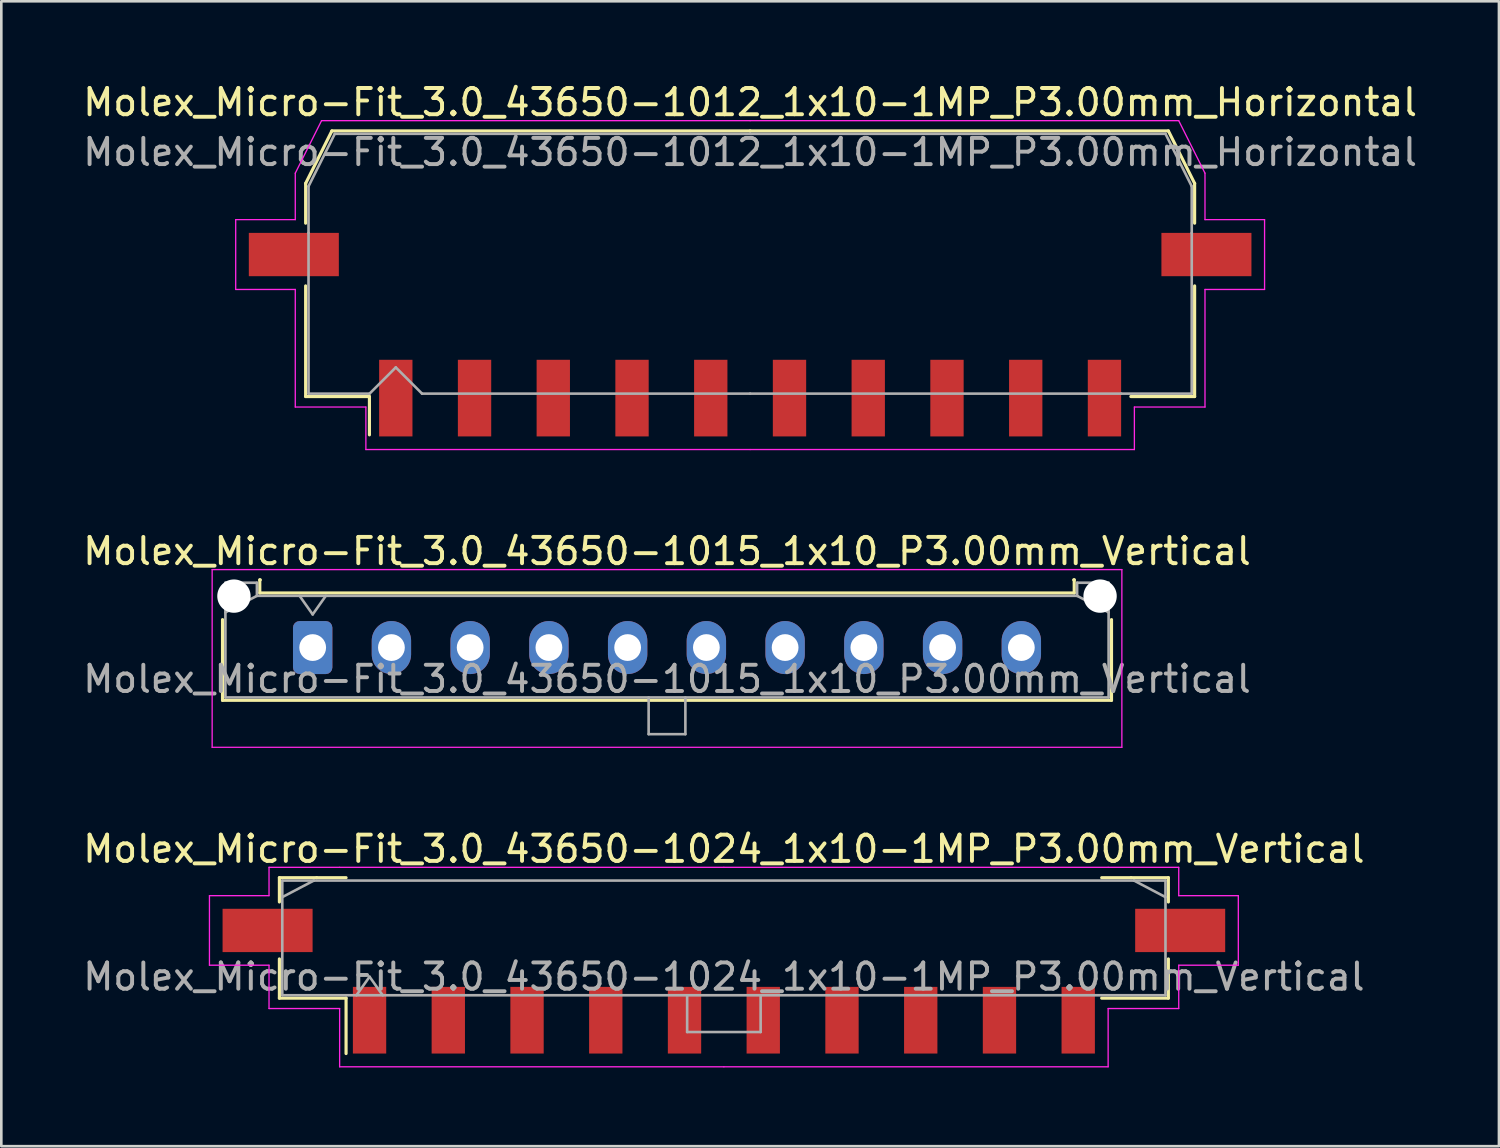
<source format=kicad_pcb>
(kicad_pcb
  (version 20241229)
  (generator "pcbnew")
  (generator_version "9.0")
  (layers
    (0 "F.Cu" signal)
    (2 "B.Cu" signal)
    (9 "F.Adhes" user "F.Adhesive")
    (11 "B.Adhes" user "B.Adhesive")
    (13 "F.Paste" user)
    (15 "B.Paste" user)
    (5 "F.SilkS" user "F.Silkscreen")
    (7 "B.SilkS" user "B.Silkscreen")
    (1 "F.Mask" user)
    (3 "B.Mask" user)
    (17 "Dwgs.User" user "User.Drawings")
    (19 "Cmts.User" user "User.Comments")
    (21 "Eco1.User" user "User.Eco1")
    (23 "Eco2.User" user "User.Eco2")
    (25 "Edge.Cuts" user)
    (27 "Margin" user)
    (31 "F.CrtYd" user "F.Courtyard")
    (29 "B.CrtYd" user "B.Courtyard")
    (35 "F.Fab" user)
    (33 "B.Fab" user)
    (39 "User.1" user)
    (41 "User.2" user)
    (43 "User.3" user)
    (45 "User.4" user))
  (footprint "Molex_Micro-Fit_3.0_43650-1024_1x10-1MP_P3.00mm_Vertical"
    (layer "F.Cu")
    (at 24.53 32.685)
    (property "Reference" "Molex_Micro-Fit_3.0_43650-1024_1x10-1MP_P3.00mm_Vertical" (at 0 -3.39 0) (layer "F.SilkS") (effects (font (size 1 1) (thickness 0.15))))
    (attr smd)
    (fp_line (start -16.935 -2.295) (end -15.515 -2.295) (stroke (width 0.12) (type solid)) (layer "F.SilkS"))
    (fp_line (start -16.935 -1.37) (end -16.935 -2.295) (stroke (width 0.12) (type solid)) (layer "F.SilkS"))
    (fp_line (start -16.935 0.8) (end -16.935 2.295) (stroke (width 0.12) (type solid)) (layer "F.SilkS"))
    (fp_line (start -16.935 2.295) (end -14.395 2.295) (stroke (width 0.12) (type solid)) (layer "F.SilkS"))
    (fp_line (start -15.515 -2.295) (end -14.395 -2.295) (stroke (width 0.12) (type solid)) (layer "F.SilkS"))
    (fp_line (start -14.395 2.295) (end -14.395 4.405) (stroke (width 0.12) (type solid)) (layer "F.SilkS"))
    (fp_line (start 15.515 -2.295) (end 14.395 -2.295) (stroke (width 0.12) (type solid)) (layer "F.SilkS"))
    (fp_line (start 16.935 -2.295) (end 15.515 -2.295) (stroke (width 0.12) (type solid)) (layer "F.SilkS"))
    (fp_line (start 16.935 -1.37) (end 16.935 -2.295) (stroke (width 0.12) (type solid)) (layer "F.SilkS"))
    (fp_line (start 16.935 0.8) (end 16.935 2.295) (stroke (width 0.12) (type solid)) (layer "F.SilkS"))
    (fp_line (start 16.935 2.295) (end 14.395 2.295) (stroke (width 0.12) (type solid)) (layer "F.SilkS"))
    (fp_line (start -19.6 -1.61) (end -19.6 1.04) (stroke (width 0.05) (type solid)) (layer "F.CrtYd"))
    (fp_line (start -19.6 1.04) (end -17.33 1.04) (stroke (width 0.05) (type solid)) (layer "F.CrtYd"))
    (fp_line (start -17.33 -2.69) (end -17.33 -1.61) (stroke (width 0.05) (type solid)) (layer "F.CrtYd"))
    (fp_line (start -17.33 -1.61) (end -19.6 -1.61) (stroke (width 0.05) (type solid)) (layer "F.CrtYd"))
    (fp_line (start -17.33 1.04) (end -17.33 2.69) (stroke (width 0.05) (type solid)) (layer "F.CrtYd"))
    (fp_line (start -17.33 2.69) (end -14.64 2.69) (stroke (width 0.05) (type solid)) (layer "F.CrtYd"))
    (fp_line (start -14.64 -2.69) (end -17.33 -2.69) (stroke (width 0.05) (type solid)) (layer "F.CrtYd"))
    (fp_line (start -14.64 2.69) (end -14.64 4.91) (stroke (width 0.05) (type solid)) (layer "F.CrtYd"))
    (fp_line (start -14.64 4.91) (end 0 4.91) (stroke (width 0.05) (type solid)) (layer "F.CrtYd"))
    (fp_line (start 0 -2.69) (end -14.64 -2.69) (stroke (width 0.05) (type solid)) (layer "F.CrtYd"))
    (fp_line (start 0 -2.69) (end 14.64 -2.69) (stroke (width 0.05) (type solid)) (layer "F.CrtYd"))
    (fp_line (start 14.64 -2.69) (end 17.33 -2.69) (stroke (width 0.05) (type solid)) (layer "F.CrtYd"))
    (fp_line (start 14.64 2.69) (end 14.64 4.91) (stroke (width 0.05) (type solid)) (layer "F.CrtYd"))
    (fp_line (start 14.64 4.91) (end 0 4.91) (stroke (width 0.05) (type solid)) (layer "F.CrtYd"))
    (fp_line (start 17.33 -2.69) (end 17.33 -1.61) (stroke (width 0.05) (type solid)) (layer "F.CrtYd"))
    (fp_line (start 17.33 -1.61) (end 19.6 -1.61) (stroke (width 0.05) (type solid)) (layer "F.CrtYd"))
    (fp_line (start 17.33 1.04) (end 17.33 2.69) (stroke (width 0.05) (type solid)) (layer "F.CrtYd"))
    (fp_line (start 17.33 2.69) (end 14.64 2.69) (stroke (width 0.05) (type solid)) (layer "F.CrtYd"))
    (fp_line (start 19.6 -1.61) (end 19.6 1.04) (stroke (width 0.05) (type solid)) (layer "F.CrtYd"))
    (fp_line (start 19.6 1.04) (end 17.33 1.04) (stroke (width 0.05) (type solid)) (layer "F.CrtYd"))
    (fp_line (start -16.825 -2.185) (end -16.825 2.185) (stroke (width 0.1) (type solid)) (layer "F.Fab"))
    (fp_line (start -16.825 -1.555) (end -15.625 -2.185) (stroke (width 0.1) (type solid)) (layer "F.Fab"))
    (fp_line (start -16.825 2.185) (end 16.825 2.185) (stroke (width 0.1) (type solid)) (layer "F.Fab"))
    (fp_line (start -15.625 -2.185) (end -16.825 -2.185) (stroke (width 0.1) (type solid)) (layer "F.Fab"))
    (fp_line (start -14 2.185) (end -13.5 1.478) (stroke (width 0.1) (type solid)) (layer "F.Fab"))
    (fp_line (start -13.5 1.478) (end -13 2.185) (stroke (width 0.1) (type solid)) (layer "F.Fab"))
    (fp_line (start -1.4 2.185) (end -1.4 3.585) (stroke (width 0.1) (type solid)) (layer "F.Fab"))
    (fp_line (start -1.4 3.585) (end 1.4 3.585) (stroke (width 0.1) (type solid)) (layer "F.Fab"))
    (fp_line (start 1.4 3.585) (end 1.4 2.185) (stroke (width 0.1) (type solid)) (layer "F.Fab"))
    (fp_line (start 15.625 -2.185) (end -15.625 -2.185) (stroke (width 0.1) (type solid)) (layer "F.Fab"))
    (fp_line (start 16.825 -2.185) (end 15.625 -2.185) (stroke (width 0.1) (type solid)) (layer "F.Fab"))
    (fp_line (start 16.825 -1.555) (end 15.625 -2.185) (stroke (width 0.1) (type solid)) (layer "F.Fab"))
    (fp_line (start 16.825 2.185) (end 16.825 -2.185) (stroke (width 0.1) (type solid)) (layer "F.Fab"))
    (fp_text user "${REFERENCE}" (at 0 1.48 0) (layer "F.Fab") (effects (font (size 1 1) (thickness 0.15))))
    (pad "1" smd rect (at -13.5 3.135) (size 1.27 2.54) (layers "F.Cu" "F.Mask" "F.Paste"))
    (pad "2" smd rect (at -10.5 3.135) (size 1.27 2.54) (layers "F.Cu" "F.Mask" "F.Paste"))
    (pad "3" smd rect (at -7.5 3.135) (size 1.27 2.54) (layers "F.Cu" "F.Mask" "F.Paste"))
    (pad "4" smd rect (at -4.5 3.135) (size 1.27 2.54) (layers "F.Cu" "F.Mask" "F.Paste"))
    (pad "5" smd rect (at -1.5 3.135) (size 1.27 2.54) (layers "F.Cu" "F.Mask" "F.Paste"))
    (pad "6" smd rect (at 1.5 3.135) (size 1.27 2.54) (layers "F.Cu" "F.Mask" "F.Paste"))
    (pad "7" smd rect (at 4.5 3.135) (size 1.27 2.54) (layers "F.Cu" "F.Mask" "F.Paste"))
    (pad "8" smd rect (at 7.5 3.135) (size 1.27 2.54) (layers "F.Cu" "F.Mask" "F.Paste"))
    (pad "9" smd rect (at 10.5 3.135) (size 1.27 2.54) (layers "F.Cu" "F.Mask" "F.Paste"))
    (pad "10" smd rect (at 13.5 3.135) (size 1.27 2.54) (layers "F.Cu" "F.Mask" "F.Paste"))
    (pad "MP" smd rect (at -17.385 -0.285) (size 3.43 1.65) (layers "F.Cu" "F.Mask" "F.Paste"))
    (pad "MP" smd rect (at 17.385 -0.285) (size 3.43 1.65) (layers "F.Cu" "F.Mask" "F.Paste")))
  (footprint "Molex_Micro-Fit_3.0_43650-1015_1x10_P3.00mm_Vertical"
    (layer "F.Cu")
    (at 8.863 21.622)
    (property "Reference" "Molex_Micro-Fit_3.0_43650-1015_1x10_P3.00mm_Vertical" (at 13.5 -3.67 0) (layer "F.SilkS") (effects (font (size 1 1) (thickness 0.15))))
    (attr through_hole)
    (fp_line (start -3.435 -1.065) (end -3.435 2.01) (stroke (width 0.12) (type solid)) (layer "F.SilkS"))
    (fp_line (start -3.435 2.01) (end 30.435 2.01) (stroke (width 0.12) (type solid)) (layer "F.SilkS"))
    (fp_line (start -2.015 -2.58) (end -2.015 -2.08) (stroke (width 0.12) (type solid)) (layer "F.SilkS"))
    (fp_line (start -2.015 -2.08) (end 29.015 -2.08) (stroke (width 0.12) (type solid)) (layer "F.SilkS"))
    (fp_line (start -1.995 -2.58) (end -2.015 -2.58) (stroke (width 0.12) (type solid)) (layer "F.SilkS"))
    (fp_line (start 29.015 -2.58) (end 28.995 -2.58) (stroke (width 0.12) (type solid)) (layer "F.SilkS"))
    (fp_line (start 29.015 -2.08) (end 29.015 -2.58) (stroke (width 0.12) (type solid)) (layer "F.SilkS"))
    (fp_line (start 30.435 2.01) (end 30.435 -1.065) (stroke (width 0.12) (type solid)) (layer "F.SilkS"))
    (fp_line (start -3.83 -2.97) (end 30.83 -2.97) (stroke (width 0.05) (type solid)) (layer "F.CrtYd"))
    (fp_line (start -3.83 3.8) (end -3.83 -2.97) (stroke (width 0.05) (type solid)) (layer "F.CrtYd"))
    (fp_line (start 30.83 -2.97) (end 30.83 3.8) (stroke (width 0.05) (type solid)) (layer "F.CrtYd"))
    (fp_line (start 30.83 3.8) (end -3.83 3.8) (stroke (width 0.05) (type solid)) (layer "F.CrtYd"))
    (fp_line (start -3.325 -2.47) (end -3.325 1.9) (stroke (width 0.1) (type solid)) (layer "F.Fab"))
    (fp_line (start -3.325 -1.34) (end -2.125 -1.97) (stroke (width 0.1) (type solid)) (layer "F.Fab"))
    (fp_line (start -3.325 1.9) (end 30.325 1.9) (stroke (width 0.1) (type solid)) (layer "F.Fab"))
    (fp_line (start -2.125 -2.47) (end -3.325 -2.47) (stroke (width 0.1) (type solid)) (layer "F.Fab"))
    (fp_line (start -2.125 -1.97) (end -2.125 -2.47) (stroke (width 0.1) (type solid)) (layer "F.Fab"))
    (fp_line (start -0.5 -1.97) (end 0 -1.263) (stroke (width 0.1) (type solid)) (layer "F.Fab"))
    (fp_line (start 0 -1.263) (end 0.5 -1.97) (stroke (width 0.1) (type solid)) (layer "F.Fab"))
    (fp_line (start 12.8 1.9) (end 12.8 3.3) (stroke (width 0.1) (type solid)) (layer "F.Fab"))
    (fp_line (start 12.8 3.3) (end 14.2 3.3) (stroke (width 0.1) (type solid)) (layer "F.Fab"))
    (fp_line (start 14.2 3.3) (end 14.2 1.9) (stroke (width 0.1) (type solid)) (layer "F.Fab"))
    (fp_line (start 29.125 -2.47) (end 29.125 -1.97) (stroke (width 0.1) (type solid)) (layer "F.Fab"))
    (fp_line (start 29.125 -1.97) (end -2.125 -1.97) (stroke (width 0.1) (type solid)) (layer "F.Fab"))
    (fp_line (start 30.325 -2.47) (end 29.125 -2.47) (stroke (width 0.1) (type solid)) (layer "F.Fab"))
    (fp_line (start 30.325 -1.34) (end 29.125 -1.97) (stroke (width 0.1) (type solid)) (layer "F.Fab"))
    (fp_line (start 30.325 1.9) (end 30.325 -2.47) (stroke (width 0.1) (type solid)) (layer "F.Fab"))
    (fp_text user "${REFERENCE}" (at 13.5 1.2 0) (layer "F.Fab") (effects (font (size 1 1) (thickness 0.15))))
    (pad "" np_thru_hole circle (at -3 -1.96) (size 1.27 1.27) (drill 1.27) (layers "*.Cu" "*.Mask"))
    (pad "" np_thru_hole circle (at 30 -1.96) (size 1.27 1.27) (drill 1.27) (layers "*.Cu" "*.Mask"))
    (pad "1" thru_hole roundrect (at 0 0) (size 1.5 2.02) (drill 1.02) (layers "*.Cu" "*.Mask") (roundrect_rratio 0.167))
    (pad "2" thru_hole oval (at 3 0) (size 1.5 2.02) (drill 1.02) (layers "*.Cu" "*.Mask"))
    (pad "3" thru_hole oval (at 6 0) (size 1.5 2.02) (drill 1.02) (layers "*.Cu" "*.Mask"))
    (pad "4" thru_hole oval (at 9 0) (size 1.5 2.02) (drill 1.02) (layers "*.Cu" "*.Mask"))
    (pad "5" thru_hole oval (at 12 0) (size 1.5 2.02) (drill 1.02) (layers "*.Cu" "*.Mask"))
    (pad "6" thru_hole oval (at 15 0) (size 1.5 2.02) (drill 1.02) (layers "*.Cu" "*.Mask"))
    (pad "7" thru_hole oval (at 18 0) (size 1.5 2.02) (drill 1.02) (layers "*.Cu" "*.Mask"))
    (pad "8" thru_hole oval (at 21 0) (size 1.5 2.02) (drill 1.02) (layers "*.Cu" "*.Mask"))
    (pad "9" thru_hole oval (at 24 0) (size 1.5 2.02) (drill 1.02) (layers "*.Cu" "*.Mask"))
    (pad "10" thru_hole oval (at 27 0) (size 1.5 2.02) (drill 1.02) (layers "*.Cu" "*.Mask")))
  (footprint "Molex_Micro-Fit_3.0_43650-1012_1x10-1MP_P3.00mm_Horizontal"
    (layer "F.Cu")
    (at 25.53 6.998)
    (property "Reference" "Molex_Micro-Fit_3.0_43650-1012_1x10-1MP_P3.00mm_Horizontal" (at 0 -6.15 0) (layer "F.SilkS") (effects (font (size 1 1) (thickness 0.15))))
    (attr smd)
    (fp_line (start -16.935 -3.06) (end -16.935 -1.545) (stroke (width 0.12) (type solid)) (layer "F.SilkS"))
    (fp_line (start -16.935 0.845) (end -16.935 5.06) (stroke (width 0.12) (type solid)) (layer "F.SilkS"))
    (fp_line (start -16.935 5.06) (end -14.505 5.06) (stroke (width 0.12) (type solid)) (layer "F.SilkS"))
    (fp_line (start -15.935 -5.06) (end -16.935 -3.06) (stroke (width 0.12) (type solid)) (layer "F.SilkS"))
    (fp_line (start -14.505 5.06) (end -14.505 6.52) (stroke (width 0.12) (type solid)) (layer "F.SilkS"))
    (fp_line (start 0 -5.06) (end -15.935 -5.06) (stroke (width 0.12) (type solid)) (layer "F.SilkS"))
    (fp_line (start 0 -5.06) (end 15.935 -5.06) (stroke (width 0.12) (type solid)) (layer "F.SilkS"))
    (fp_line (start 15.935 -5.06) (end 16.935 -3.06) (stroke (width 0.12) (type solid)) (layer "F.SilkS"))
    (fp_line (start 16.935 -3.06) (end 16.935 -1.545) (stroke (width 0.12) (type solid)) (layer "F.SilkS"))
    (fp_line (start 16.935 0.845) (end 16.935 5.06) (stroke (width 0.12) (type solid)) (layer "F.SilkS"))
    (fp_line (start 16.935 5.06) (end 14.505 5.06) (stroke (width 0.12) (type solid)) (layer "F.SilkS"))
    (fp_line (start -19.6 -1.68) (end -19.6 0.98) (stroke (width 0.05) (type solid)) (layer "F.CrtYd"))
    (fp_line (start -19.6 0.98) (end -17.33 0.98) (stroke (width 0.05) (type solid)) (layer "F.CrtYd"))
    (fp_line (start -17.33 -3.45) (end -17.33 -1.68) (stroke (width 0.05) (type solid)) (layer "F.CrtYd"))
    (fp_line (start -17.33 -1.68) (end -19.6 -1.68) (stroke (width 0.05) (type solid)) (layer "F.CrtYd"))
    (fp_line (start -17.33 0.98) (end -17.33 5.46) (stroke (width 0.05) (type solid)) (layer "F.CrtYd"))
    (fp_line (start -17.33 5.46) (end -14.64 5.46) (stroke (width 0.05) (type solid)) (layer "F.CrtYd"))
    (fp_line (start -16.33 -5.45) (end -17.33 -3.45) (stroke (width 0.05) (type solid)) (layer "F.CrtYd"))
    (fp_line (start -14.64 5.46) (end -14.64 7.08) (stroke (width 0.05) (type solid)) (layer "F.CrtYd"))
    (fp_line (start -14.64 7.08) (end 0 7.08) (stroke (width 0.05) (type solid)) (layer "F.CrtYd"))
    (fp_line (start 0 -5.45) (end -16.33 -5.45) (stroke (width 0.05) (type solid)) (layer "F.CrtYd"))
    (fp_line (start 0 -5.45) (end 16.33 -5.45) (stroke (width 0.05) (type solid)) (layer "F.CrtYd"))
    (fp_line (start 14.64 5.46) (end 14.64 7.08) (stroke (width 0.05) (type solid)) (layer "F.CrtYd"))
    (fp_line (start 14.64 7.08) (end 0 7.08) (stroke (width 0.05) (type solid)) (layer "F.CrtYd"))
    (fp_line (start 16.33 -5.45) (end 17.33 -3.45) (stroke (width 0.05) (type solid)) (layer "F.CrtYd"))
    (fp_line (start 17.33 -3.45) (end 17.33 -1.68) (stroke (width 0.05) (type solid)) (layer "F.CrtYd"))
    (fp_line (start 17.33 -1.68) (end 19.6 -1.68) (stroke (width 0.05) (type solid)) (layer "F.CrtYd"))
    (fp_line (start 17.33 0.98) (end 17.33 5.46) (stroke (width 0.05) (type solid)) (layer "F.CrtYd"))
    (fp_line (start 17.33 5.46) (end 14.64 5.46) (stroke (width 0.05) (type solid)) (layer "F.CrtYd"))
    (fp_line (start 19.6 -1.68) (end 19.6 0.98) (stroke (width 0.05) (type solid)) (layer "F.CrtYd"))
    (fp_line (start 19.6 0.98) (end 17.33 0.98) (stroke (width 0.05) (type solid)) (layer "F.CrtYd"))
    (fp_line (start -16.825 -2.95) (end -16.825 -1.175) (stroke (width 0.1) (type solid)) (layer "F.Fab"))
    (fp_line (start -16.825 -1.175) (end -16.825 4.95) (stroke (width 0.1) (type solid)) (layer "F.Fab"))
    (fp_line (start -16.825 4.95) (end -14.5 4.95) (stroke (width 0.1) (type solid)) (layer "F.Fab"))
    (fp_line (start -15.825 -4.95) (end -16.825 -2.95) (stroke (width 0.1) (type solid)) (layer "F.Fab"))
    (fp_line (start -14.5 4.95) (end -13.5 3.95) (stroke (width 0.1) (type solid)) (layer "F.Fab"))
    (fp_line (start -13.5 3.95) (end -12.5 4.95) (stroke (width 0.1) (type solid)) (layer "F.Fab"))
    (fp_line (start -12.5 4.95) (end 0 4.95) (stroke (width 0.1) (type solid)) (layer "F.Fab"))
    (fp_line (start 0 -4.95) (end -15.825 -4.95) (stroke (width 0.1) (type solid)) (layer "F.Fab"))
    (fp_line (start 0 -4.95) (end 15.825 -4.95) (stroke (width 0.1) (type solid)) (layer "F.Fab"))
    (fp_line (start 14.135 4.95) (end 0 4.95) (stroke (width 0.1) (type solid)) (layer "F.Fab"))
    (fp_line (start 15.825 -4.95) (end 16.825 -2.95) (stroke (width 0.1) (type solid)) (layer "F.Fab"))
    (fp_line (start 16.825 -2.95) (end 16.825 -1.175) (stroke (width 0.1) (type solid)) (layer "F.Fab"))
    (fp_line (start 16.825 -1.175) (end 16.825 4.95) (stroke (width 0.1) (type solid)) (layer "F.Fab"))
    (fp_line (start 16.825 4.95) (end 14.135 4.95) (stroke (width 0.1) (type solid)) (layer "F.Fab"))
    (fp_text user "${REFERENCE}" (at 0 -4.25 0) (layer "F.Fab") (effects (font (size 1 1) (thickness 0.15))))
    (pad "1" smd rect (at -13.5 5.12) (size 1.27 2.92) (layers "F.Cu" "F.Mask" "F.Paste"))
    (pad "2" smd rect (at -10.5 5.12) (size 1.27 2.92) (layers "F.Cu" "F.Mask" "F.Paste"))
    (pad "3" smd rect (at -7.5 5.12) (size 1.27 2.92) (layers "F.Cu" "F.Mask" "F.Paste"))
    (pad "4" smd rect (at -4.5 5.12) (size 1.27 2.92) (layers "F.Cu" "F.Mask" "F.Paste"))
    (pad "5" smd rect (at -1.5 5.12) (size 1.27 2.92) (layers "F.Cu" "F.Mask" "F.Paste"))
    (pad "6" smd rect (at 1.5 5.12) (size 1.27 2.92) (layers "F.Cu" "F.Mask" "F.Paste"))
    (pad "7" smd rect (at 4.5 5.12) (size 1.27 2.92) (layers "F.Cu" "F.Mask" "F.Paste"))
    (pad "8" smd rect (at 7.5 5.12) (size 1.27 2.92) (layers "F.Cu" "F.Mask" "F.Paste"))
    (pad "9" smd rect (at 10.5 5.12) (size 1.27 2.92) (layers "F.Cu" "F.Mask" "F.Paste"))
    (pad "10" smd rect (at 13.5 5.12) (size 1.27 2.92) (layers "F.Cu" "F.Mask" "F.Paste"))
    (pad "MP" smd rect (at -17.385 -0.35) (size 3.43 1.65) (layers "F.Cu" "F.Mask" "F.Paste"))
    (pad "MP" smd rect (at 17.385 -0.35) (size 3.43 1.65) (layers "F.Cu" "F.Mask" "F.Paste")))
  (gr_rect
    (start -3 -3)
    (end 54.06 40.62)
    (stroke (width 0.1) (type default))
    (fill no)
    (layer "Edge.Cuts")))
</source>
